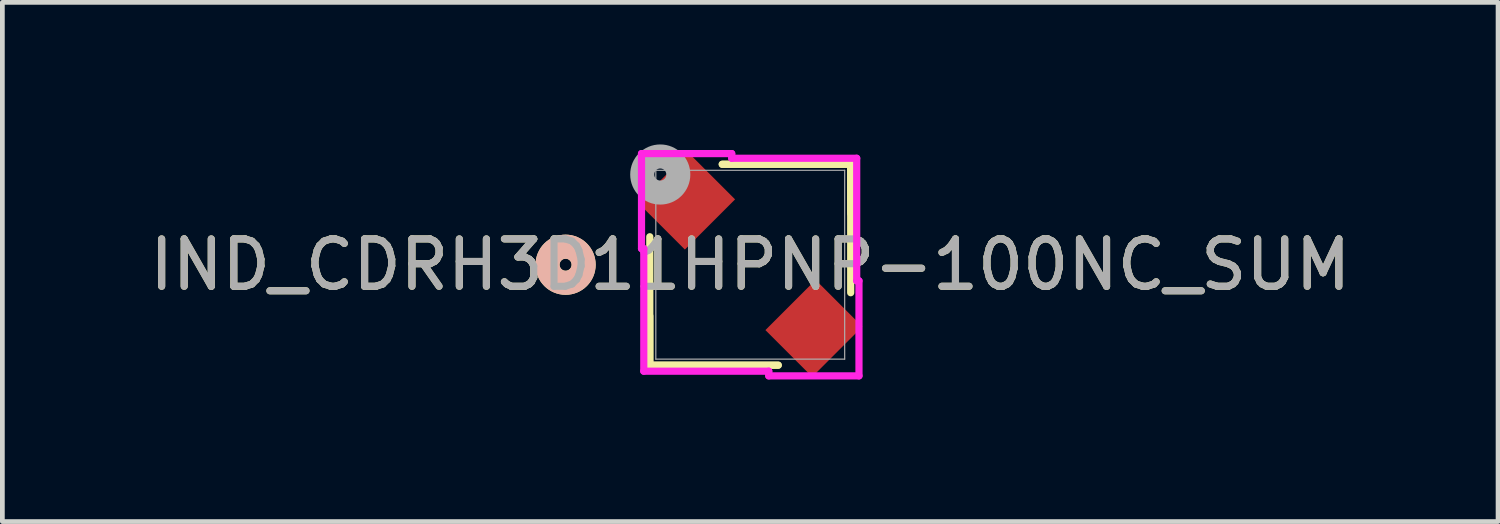
<source format=kicad_pcb>
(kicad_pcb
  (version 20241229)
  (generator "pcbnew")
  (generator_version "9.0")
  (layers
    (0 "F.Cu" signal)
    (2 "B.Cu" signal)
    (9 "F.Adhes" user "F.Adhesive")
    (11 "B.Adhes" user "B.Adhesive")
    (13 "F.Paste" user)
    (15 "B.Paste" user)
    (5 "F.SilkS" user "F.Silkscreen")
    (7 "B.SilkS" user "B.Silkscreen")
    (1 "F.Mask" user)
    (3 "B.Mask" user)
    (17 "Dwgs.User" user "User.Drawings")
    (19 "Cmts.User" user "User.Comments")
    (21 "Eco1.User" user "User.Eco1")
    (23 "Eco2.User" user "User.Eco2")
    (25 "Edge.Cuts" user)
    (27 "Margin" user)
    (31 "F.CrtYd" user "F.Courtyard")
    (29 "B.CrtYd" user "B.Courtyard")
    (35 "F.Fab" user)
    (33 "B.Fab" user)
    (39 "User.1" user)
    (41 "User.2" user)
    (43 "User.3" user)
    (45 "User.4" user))
  (footprint "IND_CDRH3D11HPNP-100NC_SUM"
    (layer "F.Cu")
    (at 12.792 2.54)
    (property "Reference" "IND_CDRH3D11HPNP-100NC_SUM" (at 0 0 0) (unlocked yes) (layer "F.SilkS") (effects (font (size 1 1) (thickness 0.15))))
    (attr smd)
    (fp_line (start -2.121 1.082) (end -2.121 2.121) (stroke (width 0.152) (type solid)) (layer "F.SilkS"))
    (fp_line (start -2.121 2.121) (end -2.121 -0.591) (stroke (width 0.152) (type solid)) (layer "F.SilkS"))
    (fp_line (start -2.121 2.121) (end 0.591 2.121) (stroke (width 0.152) (type solid)) (layer "F.SilkS"))
    (fp_line (start -0.591 -2.121) (end 2.121 -2.121) (stroke (width 0.152) (type solid)) (layer "F.SilkS"))
    (fp_line (start 0.591 2.121) (end -2.121 2.121) (stroke (width 0.152) (type solid)) (layer "F.SilkS"))
    (fp_line (start 2.121 -2.121) (end -0.591 -2.121) (stroke (width 0.152) (type solid)) (layer "F.SilkS"))
    (fp_line (start 2.121 -2.121) (end 2.121 0.591) (stroke (width 0.152) (type solid)) (layer "F.SilkS"))
    (fp_line (start 2.121 -1.082) (end 2.121 -2.121) (stroke (width 0.152) (type solid)) (layer "F.SilkS"))
    (fp_circle (center -3.899 0) (end -3.518 0) (stroke (width 0.508) (type solid)) (fill no) (layer "F.SilkS"))
    (fp_circle (center -3.899 0) (end -3.518 0) (stroke (width 0.508) (type solid)) (fill no) (layer "B.SilkS"))
    (fp_line (start -2.296 -2.347) (end -2.296 -0.34) (stroke (width 0.152) (type solid)) (layer "F.CrtYd"))
    (fp_line (start -2.296 -0.34) (end -2.248 -0.34) (stroke (width 0.152) (type solid)) (layer "F.CrtYd"))
    (fp_line (start -2.248 -0.34) (end -2.248 2.248) (stroke (width 0.152) (type solid)) (layer "F.CrtYd"))
    (fp_line (start -2.248 2.248) (end 0.391 2.248) (stroke (width 0.152) (type solid)) (layer "F.CrtYd"))
    (fp_line (start -0.391 -2.347) (end -2.296 -2.347) (stroke (width 0.152) (type solid)) (layer "F.CrtYd"))
    (fp_line (start -0.391 -2.248) (end -0.391 -2.347) (stroke (width 0.152) (type solid)) (layer "F.CrtYd"))
    (fp_line (start 0.391 2.248) (end 0.391 2.347) (stroke (width 0.152) (type solid)) (layer "F.CrtYd"))
    (fp_line (start 0.391 2.347) (end 2.296 2.347) (stroke (width 0.152) (type solid)) (layer "F.CrtYd"))
    (fp_line (start 2.248 -2.248) (end -0.391 -2.248) (stroke (width 0.152) (type solid)) (layer "F.CrtYd"))
    (fp_line (start 2.248 0.34) (end 2.248 -2.248) (stroke (width 0.152) (type solid)) (layer "F.CrtYd"))
    (fp_line (start 2.296 0.34) (end 2.248 0.34) (stroke (width 0.152) (type solid)) (layer "F.CrtYd"))
    (fp_line (start 2.296 2.347) (end 2.296 0.34) (stroke (width 0.152) (type solid)) (layer "F.CrtYd"))
    (fp_line (start -1.994 -1.994) (end -1.994 1.994) (stroke (width 0.025) (type solid)) (layer "F.Fab"))
    (fp_line (start -1.994 1.994) (end 1.994 1.994) (stroke (width 0.025) (type solid)) (layer "F.Fab"))
    (fp_line (start 1.994 -1.994) (end -1.994 -1.994) (stroke (width 0.025) (type solid)) (layer "F.Fab"))
    (fp_line (start 1.994 1.994) (end 1.994 -1.994) (stroke (width 0.025) (type solid)) (layer "F.Fab"))
    (fp_circle (center -1.9 -1.905) (end -1.519 -1.905) (stroke (width 0.508) (type solid)) (fill no) (layer "F.Fab"))
    (fp_text user "${REFERENCE}" (at 0 0 0) (unlocked yes) (layer "F.Fab") (effects (font (size 1 1) (thickness 0.15))))
    (pad "1" smd rect (at -1.344 -1.344 315) (size 1.397 1.499) (layers "F.Cu" "F.Mask" "F.Paste"))
    (pad "2" smd rect (at 1.344 1.344 315) (size 1.397 1.499) (layers "F.Cu" "F.Mask" "F.Paste")))
  (gr_rect
    (start -3 -3)
    (end 28.583 7.963)
    (stroke (width 0.1) (type default))
    (fill no)
    (layer "Edge.Cuts")))
</source>
